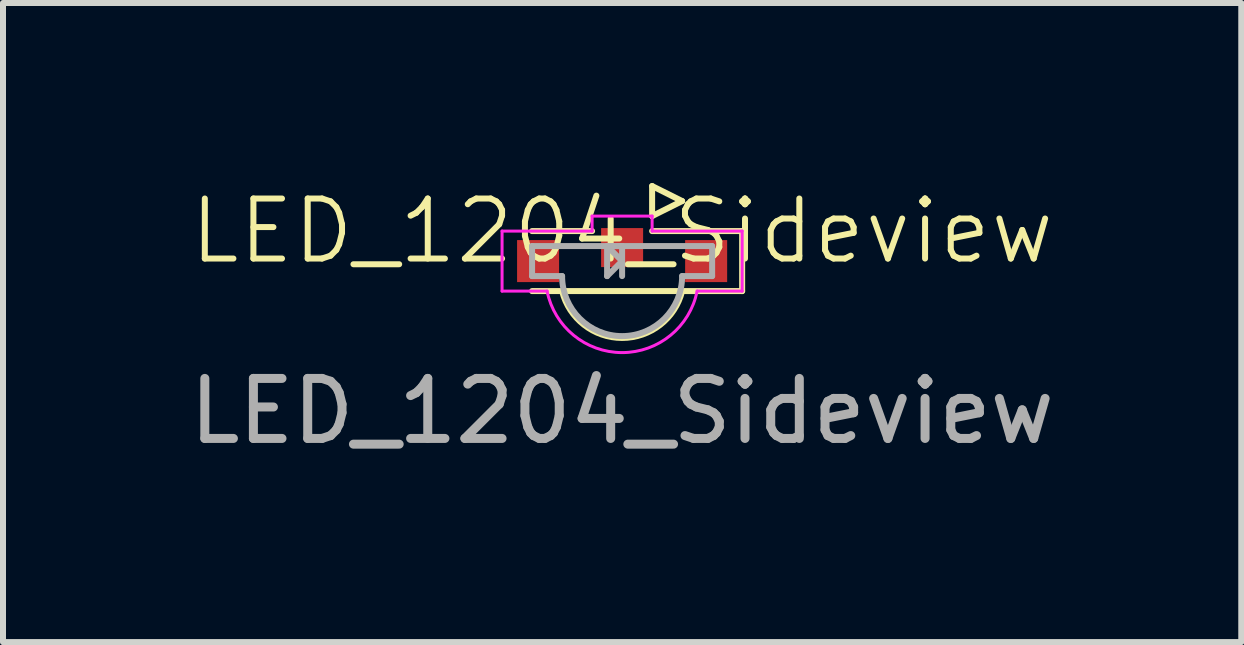
<source format=kicad_pcb>
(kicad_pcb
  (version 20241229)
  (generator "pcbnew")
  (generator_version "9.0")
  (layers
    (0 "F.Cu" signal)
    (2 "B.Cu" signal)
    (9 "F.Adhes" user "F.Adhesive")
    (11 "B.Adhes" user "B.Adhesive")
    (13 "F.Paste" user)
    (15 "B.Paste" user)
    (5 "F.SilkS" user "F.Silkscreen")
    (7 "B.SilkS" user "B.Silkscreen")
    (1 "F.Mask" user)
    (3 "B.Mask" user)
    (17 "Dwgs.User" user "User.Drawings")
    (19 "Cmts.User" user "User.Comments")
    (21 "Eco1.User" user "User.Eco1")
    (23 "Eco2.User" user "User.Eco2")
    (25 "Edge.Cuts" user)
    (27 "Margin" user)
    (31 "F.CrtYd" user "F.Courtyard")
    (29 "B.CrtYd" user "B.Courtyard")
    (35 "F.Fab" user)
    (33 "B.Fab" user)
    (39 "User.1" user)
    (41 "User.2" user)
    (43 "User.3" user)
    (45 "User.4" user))
  (footprint "LED_1204_Sideview"
    (layer "F.Cu")
    (at 7.315 1.3)
    (property "Reference" "LED_1204_Sideview" (at 0 -0.5 0) (unlocked yes) (layer "F.SilkS") (effects (font (size 1 1) (thickness 0.1))))
    (attr smd)
    (fp_line (start -1.5 -0.5) (end -0.5 -0.5) (stroke (width 0.1) (type default)) (layer "F.SilkS"))
    (fp_line (start 0.5 -1.25) (end 0.5 -0.75) (stroke (width 0.1) (type default)) (layer "F.SilkS"))
    (fp_line (start 0.5 -0.75) (end 1 -1) (stroke (width 0.1) (type default)) (layer "F.SilkS"))
    (fp_line (start 0.5 -0.5) (end 2 -0.5) (stroke (width 0.1) (type default)) (layer "F.SilkS"))
    (fp_line (start 1 -1) (end 0.5 -1.25) (stroke (width 0.1) (type default)) (layer "F.SilkS"))
    (fp_line (start 2 -0.5) (end 2 0.5) (stroke (width 0.1) (type default)) (layer "F.SilkS"))
    (fp_line (start 2 0.5) (end -1.5 0.5) (stroke (width 0.1) (type default)) (layer "F.SilkS"))
    (fp_arc (start 1 0.5) (mid 0 1.280776) (end -1 0.5) (stroke (width 0.1) (type default)) (layer "F.SilkS"))
    (fp_line (start -2 -0.5) (end -0.5 -0.5) (stroke (width 0.05) (type default)) (layer "F.CrtYd"))
    (fp_line (start -2 0.5) (end -2 -0.5) (stroke (width 0.05) (type default)) (layer "F.CrtYd"))
    (fp_line (start -1.25 0.5) (end -2 0.5) (stroke (width 0.05) (type default)) (layer "F.CrtYd"))
    (fp_line (start -0.5 -0.75) (end 0.5 -0.75) (stroke (width 0.05) (type default)) (layer "F.CrtYd"))
    (fp_line (start -0.5 -0.5) (end -0.5 -0.75) (stroke (width 0.05) (type default)) (layer "F.CrtYd"))
    (fp_line (start 0.5 -0.75) (end 0.5 -0.5) (stroke (width 0.05) (type default)) (layer "F.CrtYd"))
    (fp_line (start 0.5 -0.5) (end 2 -0.5) (stroke (width 0.05) (type default)) (layer "F.CrtYd"))
    (fp_line (start 2 -0.5) (end 2 0.5) (stroke (width 0.05) (type default)) (layer "F.CrtYd"))
    (fp_line (start 2 0.5) (end 1.25 0.5) (stroke (width 0.05) (type default)) (layer "F.CrtYd"))
    (fp_arc (start 1.249999 0.5) (mid 0 1.524754) (end -1.249999 0.5) (stroke (width 0.05) (type default)) (layer "F.CrtYd"))
    (fp_line (start -1.5 -0.25) (end -1.5 0.25) (stroke (width 0.1) (type default)) (layer "F.Fab"))
    (fp_line (start -1.5 0.25) (end -1 0.25) (stroke (width 0.1) (type default)) (layer "F.Fab"))
    (fp_line (start -0.25 -0.25) (end -0.25 0.25) (stroke (width 0.1) (type default)) (layer "F.Fab"))
    (fp_line (start -0.25 -0.25) (end 0 -0.25) (stroke (width 0.1) (type default)) (layer "F.Fab"))
    (fp_line (start -0.25 0.25) (end 0 0) (stroke (width 0.1) (type default)) (layer "F.Fab"))
    (fp_line (start 0 -0.25) (end 0 0.25) (stroke (width 0.1) (type default)) (layer "F.Fab"))
    (fp_line (start 0 0) (end -0.25 -0.25) (stroke (width 0.1) (type default)) (layer "F.Fab"))
    (fp_line (start 1 0.25) (end 1.5 0.25) (stroke (width 0.1) (type default)) (layer "F.Fab"))
    (fp_line (start 1.5 -0.25) (end -1.5 -0.25) (stroke (width 0.1) (type default)) (layer "F.Fab"))
    (fp_line (start 1.5 0.25) (end 1.5 -0.25) (stroke (width 0.1) (type default)) (layer "F.Fab"))
    (fp_arc (start 1 0.25) (mid 0 1.25) (end -1 0.25) (stroke (width 0.1) (type default)) (layer "F.Fab"))
    (fp_text user "${REFERENCE}" (at 0 2.5 0) (unlocked yes) (layer "F.Fab") (effects (font (size 1 1) (thickness 0.15))))
    (pad "1" smd rect (at 1.4 0) (size 0.7 0.7) (layers "F.Cu" "F.Mask" "F.Paste"))
    (pad "2" smd rect (at -1.4 0) (size 0.7 0.7) (layers "F.Cu" "F.Mask" "F.Paste"))
    (pad "3" smd rect (at 0 -0.225) (size 0.7 0.65) (layers "F.Cu" "F.Mask" "F.Paste")))
  (gr_rect
    (start -3 -3)
    (end 17.631 7.648)
    (stroke (width 0.1) (type default))
    (fill no)
    (layer "Edge.Cuts")))
</source>
